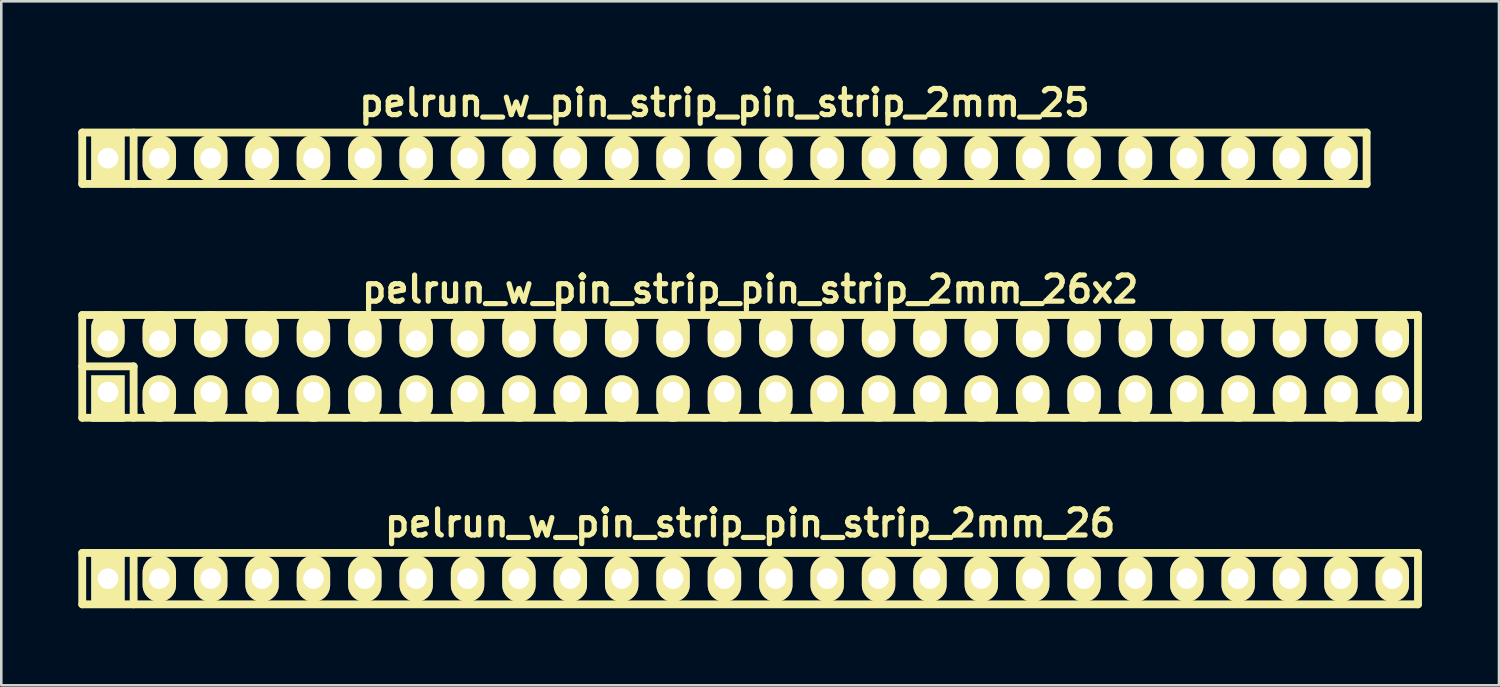
<source format=kicad_pcb>
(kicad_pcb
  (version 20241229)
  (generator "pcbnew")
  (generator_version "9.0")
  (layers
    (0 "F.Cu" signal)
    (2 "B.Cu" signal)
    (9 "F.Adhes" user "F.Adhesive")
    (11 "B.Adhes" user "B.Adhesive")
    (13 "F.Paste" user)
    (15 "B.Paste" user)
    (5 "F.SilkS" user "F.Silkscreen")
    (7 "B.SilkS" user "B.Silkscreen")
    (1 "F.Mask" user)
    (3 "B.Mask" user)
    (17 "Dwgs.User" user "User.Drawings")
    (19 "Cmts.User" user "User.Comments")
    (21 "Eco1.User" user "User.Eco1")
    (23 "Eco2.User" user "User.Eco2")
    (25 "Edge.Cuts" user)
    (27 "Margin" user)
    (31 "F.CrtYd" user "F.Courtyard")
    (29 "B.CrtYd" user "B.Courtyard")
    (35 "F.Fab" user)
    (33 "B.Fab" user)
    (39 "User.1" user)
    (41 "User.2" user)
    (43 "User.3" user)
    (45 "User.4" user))
  (footprint "pelrun_w_pin_strip_pin_strip_2mm_26"
    (layer "F.Cu")
    (at 26.152 19.476)
    (property "Reference" "pelrun_w_pin_strip_pin_strip_2mm_26" (at 0 -2.159 0) (layer "F.SilkS") (effects (font (size 1.016 1.016) (thickness 0.203))))
    (attr through_hole)
    (fp_line (start -26 -1) (end 26 -1) (stroke (width 0.305) (type solid)) (layer "F.SilkS"))
    (fp_line (start -26 1) (end -26 -1) (stroke (width 0.305) (type solid)) (layer "F.SilkS"))
    (fp_line (start -24 -1) (end -24 1) (stroke (width 0.305) (type solid)) (layer "F.SilkS"))
    (fp_line (start 26 -1) (end 26 1) (stroke (width 0.305) (type solid)) (layer "F.SilkS"))
    (fp_line (start 26 1) (end -26 1) (stroke (width 0.305) (type solid)) (layer "F.SilkS"))
    (pad "1" thru_hole rect (at -25 0) (size 1.3 1.8) (drill 0.8) (layers "*.Cu" "*.Mask" "F.SilkS"))
    (pad "2" thru_hole oval (at -23 0) (size 1.3 1.8) (drill 0.8) (layers "*.Cu" "*.Mask" "F.SilkS"))
    (pad "3" thru_hole oval (at -21 0) (size 1.3 1.8) (drill 0.8) (layers "*.Cu" "*.Mask" "F.SilkS"))
    (pad "4" thru_hole oval (at -19 0) (size 1.3 1.8) (drill 0.8) (layers "*.Cu" "*.Mask" "F.SilkS"))
    (pad "5" thru_hole oval (at -17 0) (size 1.3 1.8) (drill 0.8) (layers "*.Cu" "*.Mask" "F.SilkS"))
    (pad "6" thru_hole oval (at -15 0) (size 1.3 1.8) (drill 0.8) (layers "*.Cu" "*.Mask" "F.SilkS"))
    (pad "7" thru_hole oval (at -13 0) (size 1.3 1.8) (drill 0.8) (layers "*.Cu" "*.Mask" "F.SilkS"))
    (pad "8" thru_hole oval (at -11 0) (size 1.3 1.8) (drill 0.8) (layers "*.Cu" "*.Mask" "F.SilkS"))
    (pad "9" thru_hole oval (at -9 0) (size 1.3 1.8) (drill 0.8) (layers "*.Cu" "*.Mask" "F.SilkS"))
    (pad "10" thru_hole oval (at -7 0) (size 1.3 1.8) (drill 0.8) (layers "*.Cu" "*.Mask" "F.SilkS"))
    (pad "11" thru_hole oval (at -5 0) (size 1.3 1.8) (drill 0.8) (layers "*.Cu" "*.Mask" "F.SilkS"))
    (pad "12" thru_hole oval (at -3 0) (size 1.3 1.8) (drill 0.8) (layers "*.Cu" "*.Mask" "F.SilkS"))
    (pad "13" thru_hole oval (at -1 0) (size 1.3 1.8) (drill 0.8) (layers "*.Cu" "*.Mask" "F.SilkS"))
    (pad "14" thru_hole oval (at 1 0) (size 1.3 1.8) (drill 0.8) (layers "*.Cu" "*.Mask" "F.SilkS"))
    (pad "15" thru_hole oval (at 3 0) (size 1.3 1.8) (drill 0.8) (layers "*.Cu" "*.Mask" "F.SilkS"))
    (pad "16" thru_hole oval (at 5 0) (size 1.3 1.8) (drill 0.8) (layers "*.Cu" "*.Mask" "F.SilkS"))
    (pad "17" thru_hole oval (at 7 0) (size 1.3 1.8) (drill 0.8) (layers "*.Cu" "*.Mask" "F.SilkS"))
    (pad "18" thru_hole oval (at 9 0) (size 1.3 1.8) (drill 0.8) (layers "*.Cu" "*.Mask" "F.SilkS"))
    (pad "19" thru_hole oval (at 11 0) (size 1.3 1.8) (drill 0.8) (layers "*.Cu" "*.Mask" "F.SilkS"))
    (pad "20" thru_hole oval (at 13 0) (size 1.3 1.8) (drill 0.8) (layers "*.Cu" "*.Mask" "F.SilkS"))
    (pad "21" thru_hole oval (at 15 0) (size 1.3 1.8) (drill 0.8) (layers "*.Cu" "*.Mask" "F.SilkS"))
    (pad "22" thru_hole oval (at 17 0) (size 1.3 1.8) (drill 0.8) (layers "*.Cu" "*.Mask" "F.SilkS"))
    (pad "23" thru_hole oval (at 19 0) (size 1.3 1.8) (drill 0.8) (layers "*.Cu" "*.Mask" "F.SilkS"))
    (pad "24" thru_hole oval (at 21 0) (size 1.3 1.8) (drill 0.8) (layers "*.Cu" "*.Mask" "F.SilkS"))
    (pad "25" thru_hole oval (at 23 0) (size 1.3 1.8) (drill 0.8) (layers "*.Cu" "*.Mask" "F.SilkS"))
    (pad "26" thru_hole oval (at 25 0) (size 1.3 1.8) (drill 0.8) (layers "*.Cu" "*.Mask" "F.SilkS")))
  (footprint "pelrun_w_pin_strip_pin_strip_2mm_25"
    (layer "F.Cu")
    (at 25.152 3.11)
    (property "Reference" "pelrun_w_pin_strip_pin_strip_2mm_25" (at 0 -2.159 0) (layer "F.SilkS") (effects (font (size 1.016 1.016) (thickness 0.203))))
    (attr through_hole)
    (fp_line (start -25 -1) (end 25 -1) (stroke (width 0.305) (type solid)) (layer "F.SilkS"))
    (fp_line (start -25 1) (end -25 -1) (stroke (width 0.305) (type solid)) (layer "F.SilkS"))
    (fp_line (start -23 -1) (end -23 1) (stroke (width 0.305) (type solid)) (layer "F.SilkS"))
    (fp_line (start 25 -1) (end 25 1) (stroke (width 0.305) (type solid)) (layer "F.SilkS"))
    (fp_line (start 25 1) (end -25 1) (stroke (width 0.305) (type solid)) (layer "F.SilkS"))
    (pad "1" thru_hole rect (at -24 0) (size 1.3 1.8) (drill 0.8) (layers "*.Cu" "*.Mask" "F.SilkS"))
    (pad "2" thru_hole oval (at -22 0) (size 1.3 1.8) (drill 0.8) (layers "*.Cu" "*.Mask" "F.SilkS"))
    (pad "3" thru_hole oval (at -20 0) (size 1.3 1.8) (drill 0.8) (layers "*.Cu" "*.Mask" "F.SilkS"))
    (pad "4" thru_hole oval (at -18 0) (size 1.3 1.8) (drill 0.8) (layers "*.Cu" "*.Mask" "F.SilkS"))
    (pad "5" thru_hole oval (at -16 0) (size 1.3 1.8) (drill 0.8) (layers "*.Cu" "*.Mask" "F.SilkS"))
    (pad "6" thru_hole oval (at -14 0) (size 1.3 1.8) (drill 0.8) (layers "*.Cu" "*.Mask" "F.SilkS"))
    (pad "7" thru_hole oval (at -12 0) (size 1.3 1.8) (drill 0.8) (layers "*.Cu" "*.Mask" "F.SilkS"))
    (pad "8" thru_hole oval (at -10 0) (size 1.3 1.8) (drill 0.8) (layers "*.Cu" "*.Mask" "F.SilkS"))
    (pad "9" thru_hole oval (at -8 0) (size 1.3 1.8) (drill 0.8) (layers "*.Cu" "*.Mask" "F.SilkS"))
    (pad "10" thru_hole oval (at -6 0) (size 1.3 1.8) (drill 0.8) (layers "*.Cu" "*.Mask" "F.SilkS"))
    (pad "11" thru_hole oval (at -4 0) (size 1.3 1.8) (drill 0.8) (layers "*.Cu" "*.Mask" "F.SilkS"))
    (pad "12" thru_hole oval (at -2 0) (size 1.3 1.8) (drill 0.8) (layers "*.Cu" "*.Mask" "F.SilkS"))
    (pad "13" thru_hole oval (at 0 0) (size 1.3 1.8) (drill 0.8) (layers "*.Cu" "*.Mask" "F.SilkS"))
    (pad "14" thru_hole oval (at 2 0) (size 1.3 1.8) (drill 0.8) (layers "*.Cu" "*.Mask" "F.SilkS"))
    (pad "15" thru_hole oval (at 4 0) (size 1.3 1.8) (drill 0.8) (layers "*.Cu" "*.Mask" "F.SilkS"))
    (pad "16" thru_hole oval (at 6 0) (size 1.3 1.8) (drill 0.8) (layers "*.Cu" "*.Mask" "F.SilkS"))
    (pad "17" thru_hole oval (at 8 0) (size 1.3 1.8) (drill 0.8) (layers "*.Cu" "*.Mask" "F.SilkS"))
    (pad "18" thru_hole oval (at 10 0) (size 1.3 1.8) (drill 0.8) (layers "*.Cu" "*.Mask" "F.SilkS"))
    (pad "19" thru_hole oval (at 12 0) (size 1.3 1.8) (drill 0.8) (layers "*.Cu" "*.Mask" "F.SilkS"))
    (pad "20" thru_hole oval (at 14 0) (size 1.3 1.8) (drill 0.8) (layers "*.Cu" "*.Mask" "F.SilkS"))
    (pad "21" thru_hole oval (at 16 0) (size 1.3 1.8) (drill 0.8) (layers "*.Cu" "*.Mask" "F.SilkS"))
    (pad "22" thru_hole oval (at 18 0) (size 1.3 1.8) (drill 0.8) (layers "*.Cu" "*.Mask" "F.SilkS"))
    (pad "23" thru_hole oval (at 20 0) (size 1.3 1.8) (drill 0.8) (layers "*.Cu" "*.Mask" "F.SilkS"))
    (pad "24" thru_hole oval (at 22 0) (size 1.3 1.8) (drill 0.8) (layers "*.Cu" "*.Mask" "F.SilkS"))
    (pad "25" thru_hole oval (at 24 0) (size 1.3 1.8) (drill 0.8) (layers "*.Cu" "*.Mask" "F.SilkS")))
  (footprint "pelrun_w_pin_strip_pin_strip_2mm_26x2"
    (layer "F.Cu")
    (at 26.152 11.213)
    (property "Reference" "pelrun_w_pin_strip_pin_strip_2mm_26x2" (at 0 -3 0) (layer "F.SilkS") (effects (font (size 1.016 1.016) (thickness 0.203))))
    (attr through_hole)
    (fp_line (start -26 -2) (end 26 -2) (stroke (width 0.305) (type solid)) (layer "F.SilkS"))
    (fp_line (start -26 0) (end -24 0) (stroke (width 0.305) (type solid)) (layer "F.SilkS"))
    (fp_line (start -26 2) (end -26 -2) (stroke (width 0.305) (type solid)) (layer "F.SilkS"))
    (fp_line (start -24 0) (end -24 2) (stroke (width 0.305) (type solid)) (layer "F.SilkS"))
    (fp_line (start 26 -2) (end 26 2) (stroke (width 0.305) (type solid)) (layer "F.SilkS"))
    (fp_line (start 26 2) (end -26 2) (stroke (width 0.305) (type solid)) (layer "F.SilkS"))
    (pad "1" thru_hole rect (at -25 1) (size 1.3 1.8) (drill 0.8 (offset 0 0.25)) (layers "*.Cu" "*.Mask" "F.SilkS"))
    (pad "2" thru_hole oval (at -25 -1) (size 1.3 1.8) (drill 0.8 (offset 0 -0.25)) (layers "*.Cu" "*.Mask" "F.SilkS"))
    (pad "3" thru_hole oval (at -23 1) (size 1.3 1.8) (drill 0.8 (offset 0 0.25)) (layers "*.Cu" "*.Mask" "F.SilkS"))
    (pad "4" thru_hole oval (at -23 -1) (size 1.3 1.8) (drill 0.8 (offset 0 -0.25)) (layers "*.Cu" "*.Mask" "F.SilkS"))
    (pad "5" thru_hole oval (at -21 1) (size 1.3 1.8) (drill 0.8 (offset 0 0.25)) (layers "*.Cu" "*.Mask" "F.SilkS"))
    (pad "6" thru_hole oval (at -21 -1) (size 1.3 1.8) (drill 0.8 (offset 0 -0.25)) (layers "*.Cu" "*.Mask" "F.SilkS"))
    (pad "7" thru_hole oval (at -19 1) (size 1.3 1.8) (drill 0.8 (offset 0 0.25)) (layers "*.Cu" "*.Mask" "F.SilkS"))
    (pad "8" thru_hole oval (at -19 -1) (size 1.3 1.8) (drill 0.8 (offset 0 -0.25)) (layers "*.Cu" "*.Mask" "F.SilkS"))
    (pad "9" thru_hole oval (at -17 1) (size 1.3 1.8) (drill 0.8 (offset 0 0.25)) (layers "*.Cu" "*.Mask" "F.SilkS"))
    (pad "10" thru_hole oval (at -17 -1) (size 1.3 1.8) (drill 0.8 (offset 0 -0.25)) (layers "*.Cu" "*.Mask" "F.SilkS"))
    (pad "11" thru_hole oval (at -15 1) (size 1.3 1.8) (drill 0.8 (offset 0 0.25)) (layers "*.Cu" "*.Mask" "F.SilkS"))
    (pad "12" thru_hole oval (at -15 -1) (size 1.3 1.8) (drill 0.8 (offset 0 -0.25)) (layers "*.Cu" "*.Mask" "F.SilkS"))
    (pad "13" thru_hole oval (at -13 1) (size 1.3 1.8) (drill 0.8 (offset 0 0.25)) (layers "*.Cu" "*.Mask" "F.SilkS"))
    (pad "14" thru_hole oval (at -13 -1) (size 1.3 1.8) (drill 0.8 (offset 0 -0.25)) (layers "*.Cu" "*.Mask" "F.SilkS"))
    (pad "15" thru_hole oval (at -11 1) (size 1.3 1.8) (drill 0.8 (offset 0 0.25)) (layers "*.Cu" "*.Mask" "F.SilkS"))
    (pad "16" thru_hole oval (at -11 -1) (size 1.3 1.8) (drill 0.8 (offset 0 -0.25)) (layers "*.Cu" "*.Mask" "F.SilkS"))
    (pad "17" thru_hole oval (at -9 1) (size 1.3 1.8) (drill 0.8 (offset 0 0.25)) (layers "*.Cu" "*.Mask" "F.SilkS"))
    (pad "18" thru_hole oval (at -9 -1) (size 1.3 1.8) (drill 0.8 (offset 0 -0.25)) (layers "*.Cu" "*.Mask" "F.SilkS"))
    (pad "19" thru_hole oval (at -7 1) (size 1.3 1.8) (drill 0.8 (offset 0 0.25)) (layers "*.Cu" "*.Mask" "F.SilkS"))
    (pad "20" thru_hole oval (at -7 -1) (size 1.3 1.8) (drill 0.8 (offset 0 -0.25)) (layers "*.Cu" "*.Mask" "F.SilkS"))
    (pad "21" thru_hole oval (at -5 1) (size 1.3 1.8) (drill 0.8 (offset 0 0.25)) (layers "*.Cu" "*.Mask" "F.SilkS"))
    (pad "22" thru_hole oval (at -5 -1) (size 1.3 1.8) (drill 0.8 (offset 0 -0.25)) (layers "*.Cu" "*.Mask" "F.SilkS"))
    (pad "23" thru_hole oval (at -3 1) (size 1.3 1.8) (drill 0.8 (offset 0 0.25)) (layers "*.Cu" "*.Mask" "F.SilkS"))
    (pad "24" thru_hole oval (at -3 -1) (size 1.3 1.8) (drill 0.8 (offset 0 -0.25)) (layers "*.Cu" "*.Mask" "F.SilkS"))
    (pad "25" thru_hole oval (at -1 1) (size 1.3 1.8) (drill 0.8 (offset 0 0.25)) (layers "*.Cu" "*.Mask" "F.SilkS"))
    (pad "26" thru_hole oval (at -1 -1) (size 1.3 1.8) (drill 0.8 (offset 0 -0.25)) (layers "*.Cu" "*.Mask" "F.SilkS"))
    (pad "27" thru_hole oval (at 1 1) (size 1.3 1.8) (drill 0.8 (offset 0 0.25)) (layers "*.Cu" "*.Mask" "F.SilkS"))
    (pad "28" thru_hole oval (at 1 -1) (size 1.3 1.8) (drill 0.8 (offset 0 -0.25)) (layers "*.Cu" "*.Mask" "F.SilkS"))
    (pad "29" thru_hole oval (at 3 1) (size 1.3 1.8) (drill 0.8 (offset 0 0.25)) (layers "*.Cu" "*.Mask" "F.SilkS"))
    (pad "30" thru_hole oval (at 3 -1) (size 1.3 1.8) (drill 0.8 (offset 0 -0.25)) (layers "*.Cu" "*.Mask" "F.SilkS"))
    (pad "31" thru_hole oval (at 5 1) (size 1.3 1.8) (drill 0.8 (offset 0 0.25)) (layers "*.Cu" "*.Mask" "F.SilkS"))
    (pad "32" thru_hole oval (at 5 -1) (size 1.3 1.8) (drill 0.8 (offset 0 -0.25)) (layers "*.Cu" "*.Mask" "F.SilkS"))
    (pad "33" thru_hole oval (at 7 1) (size 1.3 1.8) (drill 0.8 (offset 0 0.25)) (layers "*.Cu" "*.Mask" "F.SilkS"))
    (pad "34" thru_hole oval (at 7 -1) (size 1.3 1.8) (drill 0.8 (offset 0 -0.25)) (layers "*.Cu" "*.Mask" "F.SilkS"))
    (pad "35" thru_hole oval (at 9 1) (size 1.3 1.8) (drill 0.8 (offset 0 0.25)) (layers "*.Cu" "*.Mask" "F.SilkS"))
    (pad "36" thru_hole oval (at 9 -1) (size 1.3 1.8) (drill 0.8 (offset 0 -0.25)) (layers "*.Cu" "*.Mask" "F.SilkS"))
    (pad "37" thru_hole oval (at 11 1) (size 1.3 1.8) (drill 0.8 (offset 0 0.25)) (layers "*.Cu" "*.Mask" "F.SilkS"))
    (pad "38" thru_hole oval (at 11 -1) (size 1.3 1.8) (drill 0.8 (offset 0 -0.25)) (layers "*.Cu" "*.Mask" "F.SilkS"))
    (pad "39" thru_hole oval (at 13 1) (size 1.3 1.8) (drill 0.8 (offset 0 0.25)) (layers "*.Cu" "*.Mask" "F.SilkS"))
    (pad "40" thru_hole oval (at 13 -1) (size 1.3 1.8) (drill 0.8 (offset 0 -0.25)) (layers "*.Cu" "*.Mask" "F.SilkS"))
    (pad "41" thru_hole oval (at 15 1) (size 1.3 1.8) (drill 0.8 (offset 0 0.25)) (layers "*.Cu" "*.Mask" "F.SilkS"))
    (pad "42" thru_hole oval (at 15 -1) (size 1.3 1.8) (drill 0.8 (offset 0 -0.25)) (layers "*.Cu" "*.Mask" "F.SilkS"))
    (pad "43" thru_hole oval (at 17 1) (size 1.3 1.8) (drill 0.8 (offset 0 0.25)) (layers "*.Cu" "*.Mask" "F.SilkS"))
    (pad "44" thru_hole oval (at 17 -1) (size 1.3 1.8) (drill 0.8 (offset 0 -0.25)) (layers "*.Cu" "*.Mask" "F.SilkS"))
    (pad "45" thru_hole oval (at 19 1) (size 1.3 1.8) (drill 0.8 (offset 0 0.25)) (layers "*.Cu" "*.Mask" "F.SilkS"))
    (pad "46" thru_hole oval (at 19 -1) (size 1.3 1.8) (drill 0.8 (offset 0 -0.25)) (layers "*.Cu" "*.Mask" "F.SilkS"))
    (pad "47" thru_hole oval (at 21 1) (size 1.3 1.8) (drill 0.8 (offset 0 0.25)) (layers "*.Cu" "*.Mask" "F.SilkS"))
    (pad "48" thru_hole oval (at 21 -1) (size 1.3 1.8) (drill 0.8 (offset 0 -0.25)) (layers "*.Cu" "*.Mask" "F.SilkS"))
    (pad "49" thru_hole oval (at 23 1) (size 1.3 1.8) (drill 0.8 (offset 0 0.25)) (layers "*.Cu" "*.Mask" "F.SilkS"))
    (pad "50" thru_hole oval (at 23 -1) (size 1.3 1.8) (drill 0.8 (offset 0 -0.25)) (layers "*.Cu" "*.Mask" "F.SilkS"))
    (pad "51" thru_hole oval (at 25 1) (size 1.3 1.8) (drill 0.8 (offset 0 0.25)) (layers "*.Cu" "*.Mask" "F.SilkS"))
    (pad "52" thru_hole oval (at 25 -1) (size 1.3 1.8) (drill 0.8 (offset 0 -0.25)) (layers "*.Cu" "*.Mask" "F.SilkS")))
  (gr_rect
    (start -3 -3)
    (end 55.305 23.628)
    (stroke (width 0.1) (type default))
    (fill no)
    (layer "Edge.Cuts")))
</source>
